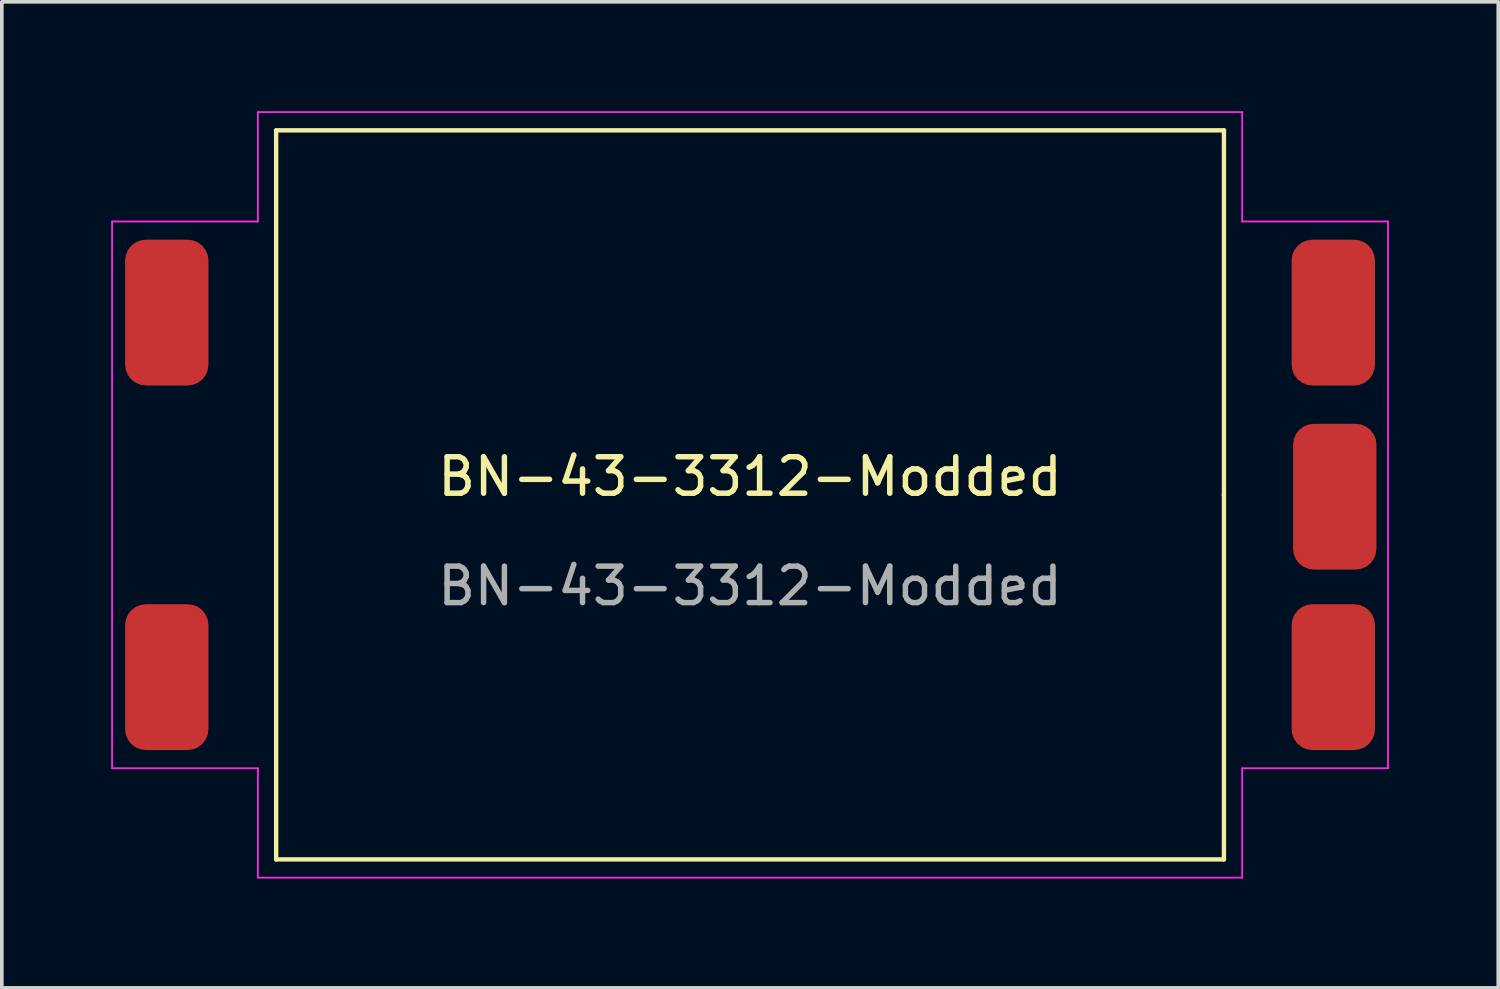
<source format=kicad_pcb>
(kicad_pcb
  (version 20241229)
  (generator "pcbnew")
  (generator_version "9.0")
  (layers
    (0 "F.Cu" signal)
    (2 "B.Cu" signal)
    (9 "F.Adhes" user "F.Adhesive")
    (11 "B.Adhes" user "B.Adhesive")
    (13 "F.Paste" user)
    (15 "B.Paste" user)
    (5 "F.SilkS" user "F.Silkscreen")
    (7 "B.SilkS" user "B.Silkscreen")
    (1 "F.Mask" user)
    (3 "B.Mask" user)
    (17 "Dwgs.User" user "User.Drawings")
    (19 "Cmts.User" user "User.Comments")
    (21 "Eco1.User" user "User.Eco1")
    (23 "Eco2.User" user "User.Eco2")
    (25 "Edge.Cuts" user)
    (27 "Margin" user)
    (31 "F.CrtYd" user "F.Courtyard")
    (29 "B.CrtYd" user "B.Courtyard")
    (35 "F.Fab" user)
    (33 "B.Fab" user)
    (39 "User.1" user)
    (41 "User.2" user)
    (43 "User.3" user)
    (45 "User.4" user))
  (footprint "BN-43-3312-Modded"
    (layer "F.Cu")
    (at 17.525 10.525)
    (property "Reference" "BN-43-3312-Modded" (at 0 -0.5 0) (unlocked yes) (layer "F.SilkS") (effects (font (size 1 1) (thickness 0.15))))
    (attr smd)
    (fp_line (start -13 -10) (end -13 10) (stroke (width 0.12) (type solid)) (layer "F.SilkS"))
    (fp_line (start -13 10) (end 13 10) (stroke (width 0.12) (type solid)) (layer "F.SilkS"))
    (fp_line (start 13 -10) (end -13 -10) (stroke (width 0.12) (type solid)) (layer "F.SilkS"))
    (fp_line (start 13 0) (end 13 -10) (stroke (width 0.12) (type solid)) (layer "F.SilkS"))
    (fp_line (start 13 10) (end 13 0) (stroke (width 0.12) (type solid)) (layer "F.SilkS"))
    (fp_line (start -17.5 -7.5) (end -13.5 -7.5) (stroke (width 0.05) (type solid)) (layer "F.CrtYd"))
    (fp_line (start -17.5 7.5) (end -17.5 -7.5) (stroke (width 0.05) (type solid)) (layer "F.CrtYd"))
    (fp_line (start -13.5 -10.5) (end 13.5 -10.5) (stroke (width 0.05) (type solid)) (layer "F.CrtYd"))
    (fp_line (start -13.5 -7.5) (end -13.5 -10.5) (stroke (width 0.05) (type solid)) (layer "F.CrtYd"))
    (fp_line (start -13.5 7.5) (end -17.5 7.5) (stroke (width 0.05) (type solid)) (layer "F.CrtYd"))
    (fp_line (start -13.5 10.5) (end -13.5 7.5) (stroke (width 0.05) (type solid)) (layer "F.CrtYd"))
    (fp_line (start 13.5 -10.5) (end 13.5 -7.5) (stroke (width 0.05) (type solid)) (layer "F.CrtYd"))
    (fp_line (start 13.5 -7.5) (end 17.5 -7.5) (stroke (width 0.05) (type solid)) (layer "F.CrtYd"))
    (fp_line (start 13.5 7.5) (end 13.5 10.5) (stroke (width 0.05) (type solid)) (layer "F.CrtYd"))
    (fp_line (start 13.5 10.5) (end -13.5 10.5) (stroke (width 0.05) (type solid)) (layer "F.CrtYd"))
    (fp_line (start 17.5 -7.5) (end 17.5 7.5) (stroke (width 0.05) (type solid)) (layer "F.CrtYd"))
    (fp_line (start 17.5 7.5) (end 13.5 7.5) (stroke (width 0.05) (type solid)) (layer "F.CrtYd"))
    (fp_text user "${REFERENCE}" (at 0 2.5 0) (unlocked yes) (layer "F.Fab") (effects (font (size 1 1) (thickness 0.15))))
    (pad "1" smd roundrect (at 16 -5) (size 2.286 4) (layers "F.Cu" "F.Mask" "F.Paste") (roundrect_rratio 0.25))
    (pad "2" smd roundrect (at 16.04 0.05) (size 2.286 4) (layers "F.Cu" "F.Mask" "F.Paste") (roundrect_rratio 0.25))
    (pad "3" smd roundrect (at 16 5) (size 2.286 4) (layers "F.Cu" "F.Mask" "F.Paste") (roundrect_rratio 0.25))
    (pad "4" smd roundrect (at -16 -5) (size 2.286 4) (layers "F.Cu" "F.Mask" "F.Paste") (roundrect_rratio 0.25))
    (pad "5" smd roundrect (at -16 5) (size 2.286 4) (layers "F.Cu" "F.Mask" "F.Paste") (roundrect_rratio 0.25)))
  (gr_rect
    (start -3 -3)
    (end 38.05 24.05)
    (stroke (width 0.1) (type default))
    (fill no)
    (layer "Edge.Cuts")))
</source>
